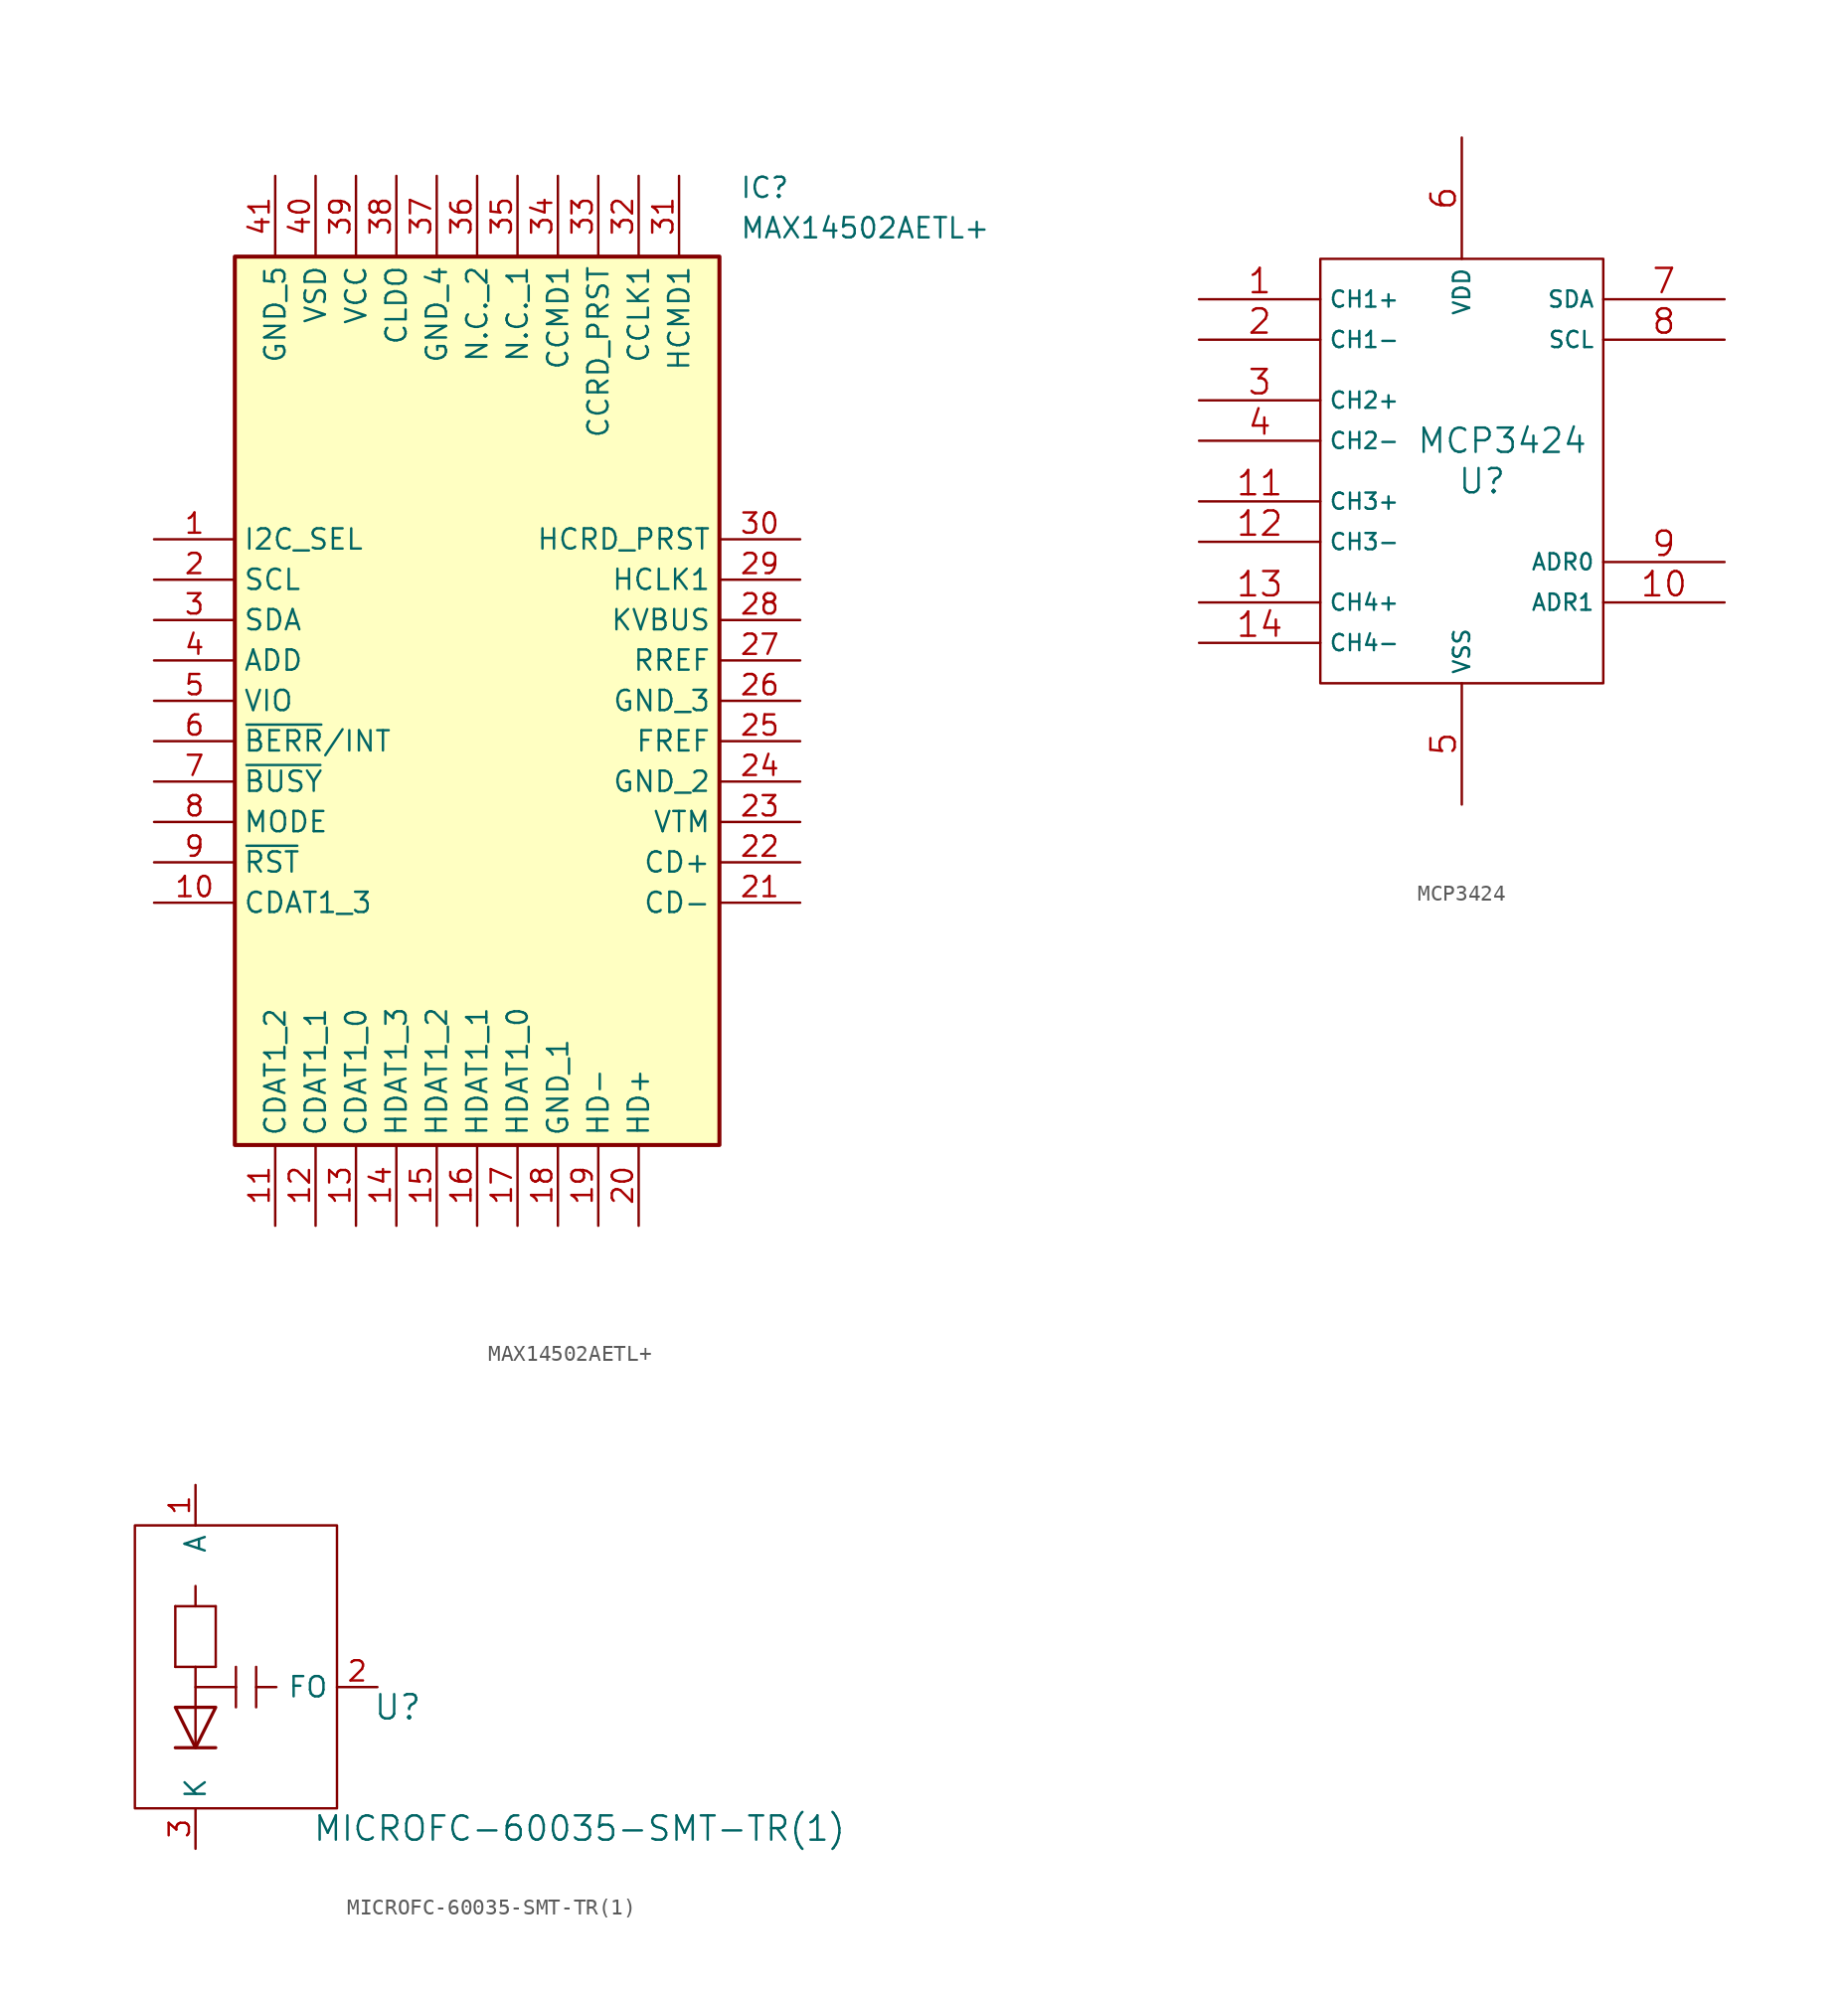
<source format=kicad_sym>
(kicad_symbol_lib
  (version 20220914)
  (generator kicad_symbol_editor)
  (symbol "MAX14502AETL+"
    (property "Reference" "IC"
      (at 36.83 22.86 0)
      (effects (font (size 1.27 1.27)) (justify left top)))
    (property "Value" "MAX14502AETL+"
      (at 36.83 20.32 0)
      (effects (font (size 1.27 1.27)) (justify left top)))
    (symbol "MAX14502AETL+_1_1"
      (rectangle (start 5.08 17.78) (end 35.56 -38.1) (stroke (width 0.254) (type default)) (fill (type background)))
      (pin passive line (at 0 0 0) (length 5.08) (name "I2C_SEL" (effects (font (size 1.27 1.27)))) (number "1" (effects (font (size 1.27 1.27)))))
      (pin passive line (at 0 -22.86 0) (length 5.08) (name "CDAT1_3" (effects (font (size 1.27 1.27)))) (number "10" (effects (font (size 1.27 1.27)))))
      (pin passive line (at 7.62 -43.18 90) (length 5.08) (name "CDAT1_2" (effects (font (size 1.27 1.27)))) (number "11" (effects (font (size 1.27 1.27)))))
      (pin passive line (at 10.16 -43.18 90) (length 5.08) (name "CDAT1_1" (effects (font (size 1.27 1.27)))) (number "12" (effects (font (size 1.27 1.27)))))
      (pin passive line (at 12.7 -43.18 90) (length 5.08) (name "CDAT1_0" (effects (font (size 1.27 1.27)))) (number "13" (effects (font (size 1.27 1.27)))))
      (pin passive line (at 15.24 -43.18 90) (length 5.08) (name "HDAT1_3" (effects (font (size 1.27 1.27)))) (number "14" (effects (font (size 1.27 1.27)))))
      (pin passive line (at 17.78 -43.18 90) (length 5.08) (name "HDAT1_2" (effects (font (size 1.27 1.27)))) (number "15" (effects (font (size 1.27 1.27)))))
      (pin passive line (at 20.32 -43.18 90) (length 5.08) (name "HDAT1_1" (effects (font (size 1.27 1.27)))) (number "16" (effects (font (size 1.27 1.27)))))
      (pin passive line (at 22.86 -43.18 90) (length 5.08) (name "HDAT1_0" (effects (font (size 1.27 1.27)))) (number "17" (effects (font (size 1.27 1.27)))))
      (pin passive line (at 25.4 -43.18 90) (length 5.08) (name "GND_1" (effects (font (size 1.27 1.27)))) (number "18" (effects (font (size 1.27 1.27)))))
      (pin passive line (at 27.94 -43.18 90) (length 5.08) (name "HD-" (effects (font (size 1.27 1.27)))) (number "19" (effects (font (size 1.27 1.27)))))
      (pin passive line (at 0 -2.54 0) (length 5.08) (name "SCL" (effects (font (size 1.27 1.27)))) (number "2" (effects (font (size 1.27 1.27)))))
      (pin passive line (at 30.48 -43.18 90) (length 5.08) (name "HD+" (effects (font (size 1.27 1.27)))) (number "20" (effects (font (size 1.27 1.27)))))
      (pin passive line (at 40.64 -22.86 180) (length 5.08) (name "CD-" (effects (font (size 1.27 1.27)))) (number "21" (effects (font (size 1.27 1.27)))))
      (pin passive line (at 40.64 -20.32 180) (length 5.08) (name "CD+" (effects (font (size 1.27 1.27)))) (number "22" (effects (font (size 1.27 1.27)))))
      (pin passive line (at 40.64 -17.78 180) (length 5.08) (name "VTM" (effects (font (size 1.27 1.27)))) (number "23" (effects (font (size 1.27 1.27)))))
      (pin passive line (at 40.64 -15.24 180) (length 5.08) (name "GND_2" (effects (font (size 1.27 1.27)))) (number "24" (effects (font (size 1.27 1.27)))))
      (pin passive line (at 40.64 -12.7 180) (length 5.08) (name "FREF" (effects (font (size 1.27 1.27)))) (number "25" (effects (font (size 1.27 1.27)))))
      (pin passive line (at 40.64 -10.16 180) (length 5.08) (name "GND_3" (effects (font (size 1.27 1.27)))) (number "26" (effects (font (size 1.27 1.27)))))
      (pin passive line (at 40.64 -7.62 180) (length 5.08) (name "RREF" (effects (font (size 1.27 1.27)))) (number "27" (effects (font (size 1.27 1.27)))))
      (pin passive line (at 40.64 -5.08 180) (length 5.08) (name "KVBUS" (effects (font (size 1.27 1.27)))) (number "28" (effects (font (size 1.27 1.27)))))
      (pin passive line (at 40.64 -2.54 180) (length 5.08) (name "HCLK1" (effects (font (size 1.27 1.27)))) (number "29" (effects (font (size 1.27 1.27)))))
      (pin passive line (at 0 -5.08 0) (length 5.08) (name "SDA" (effects (font (size 1.27 1.27)))) (number "3" (effects (font (size 1.27 1.27)))))
      (pin passive line (at 40.64 0 180) (length 5.08) (name "HCRD_PRST" (effects (font (size 1.27 1.27)))) (number "30" (effects (font (size 1.27 1.27)))))
      (pin passive line (at 33.02 22.86 270) (length 5.08) (name "HCMD1" (effects (font (size 1.27 1.27)))) (number "31" (effects (font (size 1.27 1.27)))))
      (pin passive line (at 30.48 22.86 270) (length 5.08) (name "CCLK1" (effects (font (size 1.27 1.27)))) (number "32" (effects (font (size 1.27 1.27)))))
      (pin passive line (at 27.94 22.86 270) (length 5.08) (name "CCRD_PRST" (effects (font (size 1.27 1.27)))) (number "33" (effects (font (size 1.27 1.27)))))
      (pin passive line (at 25.4 22.86 270) (length 5.08) (name "CCMD1" (effects (font (size 1.27 1.27)))) (number "34" (effects (font (size 1.27 1.27)))))
      (pin passive line (at 22.86 22.86 270) (length 5.08) (name "N.C._1" (effects (font (size 1.27 1.27)))) (number "35" (effects (font (size 1.27 1.27)))))
      (pin passive line (at 20.32 22.86 270) (length 5.08) (name "N.C._2" (effects (font (size 1.27 1.27)))) (number "36" (effects (font (size 1.27 1.27)))))
      (pin passive line (at 17.78 22.86 270) (length 5.08) (name "GND_4" (effects (font (size 1.27 1.27)))) (number "37" (effects (font (size 1.27 1.27)))))
      (pin passive line (at 15.24 22.86 270) (length 5.08) (name "CLDO" (effects (font (size 1.27 1.27)))) (number "38" (effects (font (size 1.27 1.27)))))
      (pin passive line (at 12.7 22.86 270) (length 5.08) (name "VCC" (effects (font (size 1.27 1.27)))) (number "39" (effects (font (size 1.27 1.27)))))
      (pin passive line (at 0 -7.62 0) (length 5.08) (name "ADD" (effects (font (size 1.27 1.27)))) (number "4" (effects (font (size 1.27 1.27)))))
      (pin passive line (at 10.16 22.86 270) (length 5.08) (name "VSD" (effects (font (size 1.27 1.27)))) (number "40" (effects (font (size 1.27 1.27)))))
      (pin passive line (at 7.62 22.86 270) (length 5.08) (name "GND_5" (effects (font (size 1.27 1.27)))) (number "41" (effects (font (size 1.27 1.27)))))
      (pin passive line (at 0 -10.16 0) (length 5.08) (name "VIO" (effects (font (size 1.27 1.27)))) (number "5" (effects (font (size 1.27 1.27)))))
      (pin passive line (at 0 -12.7 0) (length 5.08) (name "~{BERR}/INT" (effects (font (size 1.27 1.27)))) (number "6" (effects (font (size 1.27 1.27)))))
      (pin passive line (at 0 -15.24 0) (length 5.08) (name "~{BUSY}" (effects (font (size 1.27 1.27)))) (number "7" (effects (font (size 1.27 1.27)))))
      (pin passive line (at 0 -17.78 0) (length 5.08) (name "MODE" (effects (font (size 1.27 1.27)))) (number "8" (effects (font (size 1.27 1.27)))))
      (pin passive line (at 0 -20.32 0) (length 5.08) (name "~{RST}" (effects (font (size 1.27 1.27)))) (number "9" (effects (font (size 1.27 1.27)))))))
  (symbol "MCP3424"
    (property "Reference" "U"
      (at 1.27 0 0)
      (effects (font (size 1.524 1.524))))
    (property "Value" "MCP3424"
      (at 2.54 2.54 0)
      (effects (font (size 1.524 1.524))))
    (symbol "MCP3424_0_1"
      (rectangle (start -8.89 13.97) (end 8.89 -12.7) (stroke (width 0) (type default)) (fill (type none))))
    (symbol "MCP3424_1_1"
      (pin input line (at -16.51 11.43 0) (length 7.62) (name "CH1+" (effects (font (size 1.016 1.016)))) (number "1" (effects (font (size 1.524 1.524)))))
      (pin input line (at 16.51 -7.62 180) (length 7.62) (name "ADR1" (effects (font (size 1.016 1.016)))) (number "10" (effects (font (size 1.524 1.524)))))
      (pin input line (at -16.51 -1.27 0) (length 7.62) (name "CH3+" (effects (font (size 1.016 1.016)))) (number "11" (effects (font (size 1.524 1.524)))))
      (pin input line (at -16.51 -3.81 0) (length 7.62) (name "CH3-" (effects (font (size 1.016 1.016)))) (number "12" (effects (font (size 1.524 1.524)))))
      (pin input line (at -16.51 -7.62 0) (length 7.62) (name "CH4+" (effects (font (size 1.016 1.016)))) (number "13" (effects (font (size 1.524 1.524)))))
      (pin input line (at -16.51 -10.16 0) (length 7.62) (name "CH4-" (effects (font (size 1.016 1.016)))) (number "14" (effects (font (size 1.524 1.524)))))
      (pin input line (at -16.51 8.89 0) (length 7.62) (name "CH1-" (effects (font (size 1.016 1.016)))) (number "2" (effects (font (size 1.524 1.524)))))
      (pin input line (at -16.51 5.08 0) (length 7.62) (name "CH2+" (effects (font (size 1.016 1.016)))) (number "3" (effects (font (size 1.524 1.524)))))
      (pin input line (at -16.51 2.54 0) (length 7.62) (name "CH2-" (effects (font (size 1.016 1.016)))) (number "4" (effects (font (size 1.524 1.524)))))
      (pin input line (at 0 -20.32 90) (length 7.62) (name "VSS" (effects (font (size 1.016 1.016)))) (number "5" (effects (font (size 1.524 1.524)))))
      (pin input line (at 0 21.59 270) (length 7.62) (name "VDD" (effects (font (size 1.016 1.016)))) (number "6" (effects (font (size 1.524 1.524)))))
      (pin input line (at 16.51 11.43 180) (length 7.62) (name "SDA" (effects (font (size 1.016 1.016)))) (number "7" (effects (font (size 1.524 1.524)))))
      (pin input line (at 16.51 8.89 180) (length 7.62) (name "SCL" (effects (font (size 1.016 1.016)))) (number "8" (effects (font (size 1.524 1.524)))))
      (pin input line (at 16.51 -5.08 180) (length 7.62) (name "ADR0" (effects (font (size 1.016 1.016)))) (number "9" (effects (font (size 1.524 1.524)))))))
  (symbol "MICROFC-60035-SMT-TR(1)"
    (property "Reference" "U"
      (at 12.7 -3.81 0)
      (effects (font (size 1.524 1.524))))
    (property "Value" "MICROFC-60035-SMT-TR(1)"
      (at 24.13 -11.43 0)
      (effects (font (size 1.524 1.524))))
    (symbol "MICROFC-60035-SMT-TR(1)_0_1"
      (rectangle (start -3.81 7.62) (end 8.89 -10.16) (stroke (width 0) (type default)) (fill (type none)))
      (rectangle (start -1.27 -1.27) (end 1.27 -1.27) (stroke (width 0) (type default)) (fill (type none)))
      (rectangle (start -1.27 2.54) (end -1.27 -1.27) (stroke (width 0) (type default)) (fill (type none)))
      (rectangle (start 0 -3.81) (end 0 -1.27) (stroke (width 0) (type default)) (fill (type none)))
      (rectangle (start 0 -2.54) (end 2.54 -2.54) (stroke (width 0) (type default)) (fill (type none)))
      (rectangle (start 0 2.54) (end 0 3.81) (stroke (width 0) (type default)) (fill (type none)))
      (rectangle (start 1.27 2.54) (end -1.27 2.54) (stroke (width 0) (type default)) (fill (type none)))
      (rectangle (start 1.27 2.54) (end 1.27 -1.27) (stroke (width 0) (type default)) (fill (type none)))
      (rectangle (start 2.54 -2.54) (end 2.54 -3.81) (stroke (width 0) (type default)) (fill (type none)))
      (rectangle (start 2.54 -1.27) (end 2.54 -2.54) (stroke (width 0) (type default)) (fill (type none)))
      (rectangle (start 3.81 -2.54) (end 5.08 -2.54) (stroke (width 0) (type default)) (fill (type none)))
      (rectangle (start 3.81 -1.27) (end 3.81 -3.81) (stroke (width 0) (type default)) (fill (type none))))
    (symbol "MICROFC-60035-SMT-TR(1)_1_1"
      (polyline (pts (xy -1.27 -6.35) (xy 1.27 -6.35)) (stroke (width 0.203) (type default)) (fill (type none)))
      (polyline (pts (xy 0 -3.81) (xy 0 -6.35)) (stroke (width 0) (type default)) (fill (type none)))
      (polyline (pts (xy -1.27 -3.81) (xy 1.27 -3.81) (xy 0 -6.35) (xy -1.27 -3.81)) (stroke (width 0.203) (type default)) (fill (type none)))
      (pin passive line (at 0 10.16 270) (length 2.54) (name "A" (effects (font (size 1.27 1.27)))) (number "1" (effects (font (size 1.27 1.27)))))
      (pin passive line (at 11.43 -2.54 180) (length 2.54) (name "FO" (effects (font (size 1.27 1.27)))) (number "2" (effects (font (size 1.27 1.27)))))
      (pin passive line (at 0 -12.7 90) (length 2.54) (name "K" (effects (font (size 1.27 1.27)))) (number "3" (effects (font (size 1.27 1.27)))))
      (pin passive line (at 5.08 -3.81 270) (length 2.54) hide (name "NC" (effects (font (size 1.27 1.27)))) (number "4" (effects (font (size 1.27 1.27))))))))
</source>
